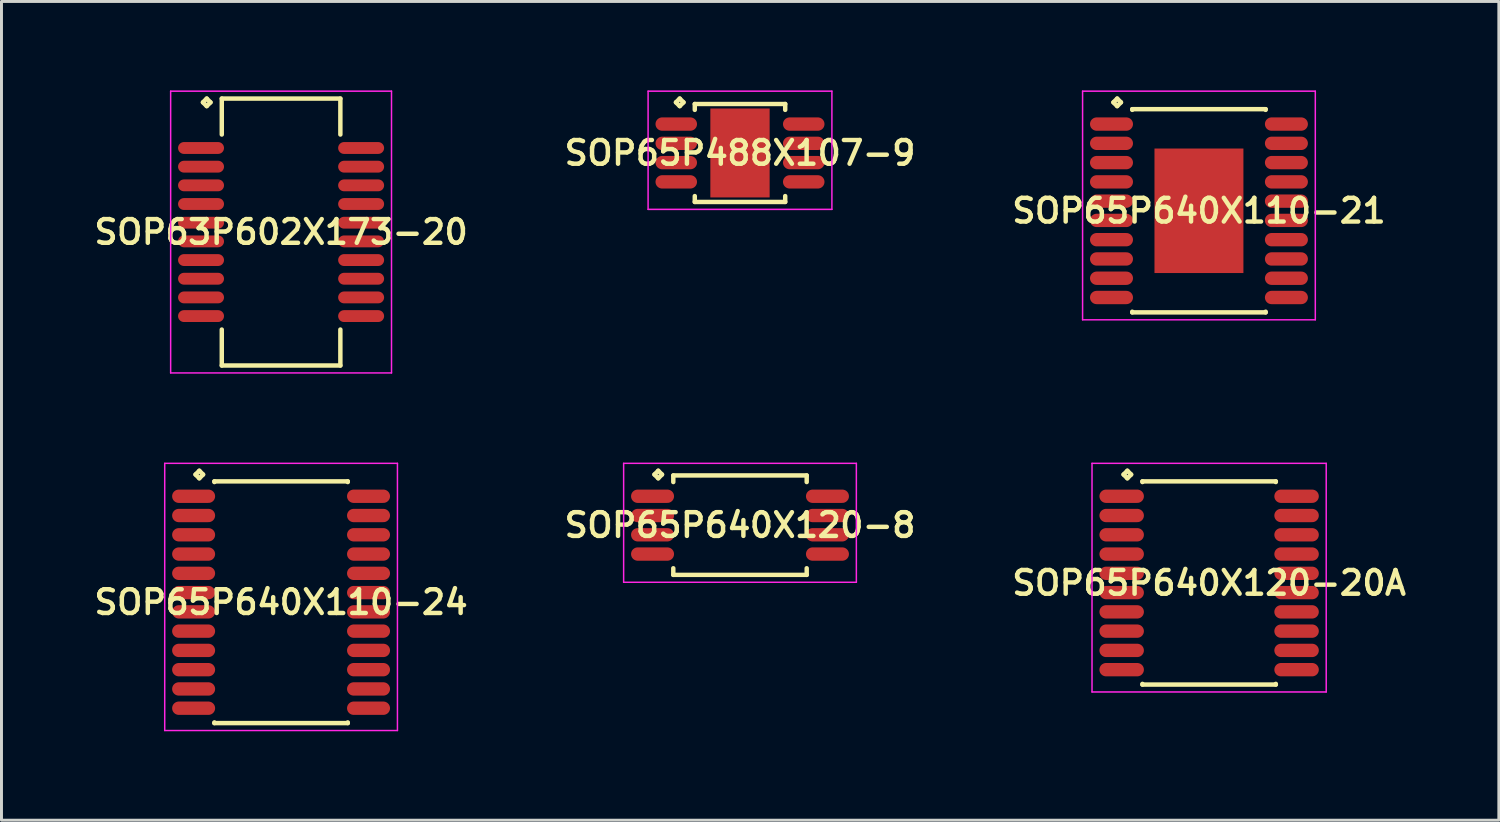
<source format=kicad_pcb>
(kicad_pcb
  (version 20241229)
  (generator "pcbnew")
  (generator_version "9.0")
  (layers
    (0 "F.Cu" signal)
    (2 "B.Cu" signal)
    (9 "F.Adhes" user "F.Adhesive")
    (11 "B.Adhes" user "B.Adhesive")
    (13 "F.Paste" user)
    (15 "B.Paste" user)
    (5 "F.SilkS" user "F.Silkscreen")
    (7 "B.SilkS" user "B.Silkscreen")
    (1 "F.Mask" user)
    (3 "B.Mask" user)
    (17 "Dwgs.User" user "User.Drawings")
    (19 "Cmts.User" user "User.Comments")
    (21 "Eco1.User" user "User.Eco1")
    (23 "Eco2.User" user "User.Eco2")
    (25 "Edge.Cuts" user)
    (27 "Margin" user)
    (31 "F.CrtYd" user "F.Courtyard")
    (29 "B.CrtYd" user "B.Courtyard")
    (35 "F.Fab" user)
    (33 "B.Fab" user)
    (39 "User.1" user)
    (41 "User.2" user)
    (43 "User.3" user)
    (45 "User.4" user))
  (footprint "SOP63P602X173-20"
    (layer "F.Cu")
    (at 6.431 4.777)
    (property "Reference" "SOP63P602X173-20" (at 0 0 0) (layer "F.SilkS") (effects (font (size 0.8 0.8) (thickness 0.15))))
    (attr smd)
    (fp_line (start -2.635 -4.375) (end -2.508 -4.502) (stroke (width 0.15) (type solid)) (layer "F.SilkS"))
    (fp_line (start -2.508 -4.502) (end -2.381 -4.375) (stroke (width 0.15) (type solid)) (layer "F.SilkS"))
    (fp_line (start -2.508 -4.248) (end -2.635 -4.375) (stroke (width 0.15) (type solid)) (layer "F.SilkS"))
    (fp_line (start -2.381 -4.375) (end -2.508 -4.248) (stroke (width 0.15) (type solid)) (layer "F.SilkS"))
    (fp_line (start -2 -4.502) (end 2 -4.502) (stroke (width 0.15) (type solid)) (layer "F.SilkS"))
    (fp_line (start -2 -3.289) (end -2 -4.502) (stroke (width 0.15) (type solid)) (layer "F.SilkS"))
    (fp_line (start -2 3.289) (end -2 4.502) (stroke (width 0.15) (type solid)) (layer "F.SilkS"))
    (fp_line (start -2 4.502) (end 2 4.502) (stroke (width 0.15) (type solid)) (layer "F.SilkS"))
    (fp_line (start 2 -4.502) (end 2 -3.289) (stroke (width 0.15) (type solid)) (layer "F.SilkS"))
    (fp_line (start 2 4.502) (end 2 3.289) (stroke (width 0.15) (type solid)) (layer "F.SilkS"))
    (fp_line (start -3.725 -4.752) (end 3.725 -4.752) (stroke (width 0.05) (type solid)) (layer "F.CrtYd"))
    (fp_line (start -3.725 4.752) (end -3.725 -4.752) (stroke (width 0.05) (type solid)) (layer "F.CrtYd"))
    (fp_line (start 3.725 -4.752) (end 3.725 4.752) (stroke (width 0.05) (type solid)) (layer "F.CrtYd"))
    (fp_line (start 3.725 4.752) (end -3.725 4.752) (stroke (width 0.05) (type solid)) (layer "F.CrtYd"))
    (pad "1" smd oval (at -2.7 -2.835) (size 1.55 0.4) (layers "F.Cu" "F.Mask" "F.Paste"))
    (pad "2" smd oval (at -2.7 -2.205) (size 1.55 0.4) (layers "F.Cu" "F.Mask" "F.Paste"))
    (pad "3" smd oval (at -2.7 -1.575) (size 1.55 0.4) (layers "F.Cu" "F.Mask" "F.Paste"))
    (pad "4" smd oval (at -2.7 -0.945) (size 1.55 0.4) (layers "F.Cu" "F.Mask" "F.Paste"))
    (pad "5" smd oval (at -2.7 -0.315) (size 1.55 0.4) (layers "F.Cu" "F.Mask" "F.Paste"))
    (pad "6" smd oval (at -2.7 0.315) (size 1.55 0.4) (layers "F.Cu" "F.Mask" "F.Paste"))
    (pad "7" smd oval (at -2.7 0.945) (size 1.55 0.4) (layers "F.Cu" "F.Mask" "F.Paste"))
    (pad "8" smd oval (at -2.7 1.575) (size 1.55 0.4) (layers "F.Cu" "F.Mask" "F.Paste"))
    (pad "9" smd oval (at -2.7 2.205) (size 1.55 0.4) (layers "F.Cu" "F.Mask" "F.Paste"))
    (pad "10" smd oval (at -2.7 2.835) (size 1.55 0.4) (layers "F.Cu" "F.Mask" "F.Paste"))
    (pad "11" smd oval (at 2.7 2.835) (size 1.55 0.4) (layers "F.Cu" "F.Mask" "F.Paste"))
    (pad "12" smd oval (at 2.7 2.205) (size 1.55 0.4) (layers "F.Cu" "F.Mask" "F.Paste"))
    (pad "13" smd oval (at 2.7 1.575) (size 1.55 0.4) (layers "F.Cu" "F.Mask" "F.Paste"))
    (pad "14" smd oval (at 2.7 0.945) (size 1.55 0.4) (layers "F.Cu" "F.Mask" "F.Paste"))
    (pad "15" smd oval (at 2.7 0.315) (size 1.55 0.4) (layers "F.Cu" "F.Mask" "F.Paste"))
    (pad "16" smd oval (at 2.7 -0.315) (size 1.55 0.4) (layers "F.Cu" "F.Mask" "F.Paste"))
    (pad "17" smd oval (at 2.7 -0.945) (size 1.55 0.4) (layers "F.Cu" "F.Mask" "F.Paste"))
    (pad "18" smd oval (at 2.7 -1.575) (size 1.55 0.4) (layers "F.Cu" "F.Mask" "F.Paste"))
    (pad "19" smd oval (at 2.7 -2.205) (size 1.55 0.4) (layers "F.Cu" "F.Mask" "F.Paste"))
    (pad "20" smd oval (at 2.7 -2.835) (size 1.55 0.4) (layers "F.Cu" "F.Mask" "F.Paste")))
  (footprint "SOP65P640X110-24"
    (layer "F.Cu")
    (at 6.431 17.264)
    (property "Reference" "SOP65P640X110-24" (at 0 0 0) (layer "F.SilkS") (effects (font (size 0.8 0.8) (thickness 0.15))))
    (attr smd)
    (fp_line (start -2.885 -4.308) (end -2.758 -4.435) (stroke (width 0.15) (type solid)) (layer "F.SilkS"))
    (fp_line (start -2.758 -4.435) (end -2.631 -4.308) (stroke (width 0.15) (type solid)) (layer "F.SilkS"))
    (fp_line (start -2.758 -4.181) (end -2.885 -4.308) (stroke (width 0.15) (type solid)) (layer "F.SilkS"))
    (fp_line (start -2.631 -4.308) (end -2.758 -4.181) (stroke (width 0.15) (type solid)) (layer "F.SilkS"))
    (fp_line (start -2.25 -4.077) (end 2.25 -4.077) (stroke (width 0.15) (type solid)) (layer "F.SilkS"))
    (fp_line (start -2.25 -4.054) (end -2.25 -4.077) (stroke (width 0.15) (type solid)) (layer "F.SilkS"))
    (fp_line (start -2.25 4.054) (end -2.25 4.077) (stroke (width 0.15) (type solid)) (layer "F.SilkS"))
    (fp_line (start -2.25 4.077) (end 2.25 4.077) (stroke (width 0.15) (type solid)) (layer "F.SilkS"))
    (fp_line (start 2.25 -4.077) (end 2.25 -4.054) (stroke (width 0.15) (type solid)) (layer "F.SilkS"))
    (fp_line (start 2.25 4.077) (end 2.25 4.054) (stroke (width 0.15) (type solid)) (layer "F.SilkS"))
    (fp_line (start -3.925 -4.685) (end 3.925 -4.685) (stroke (width 0.05) (type solid)) (layer "F.CrtYd"))
    (fp_line (start -3.925 4.327) (end -3.925 -4.685) (stroke (width 0.05) (type solid)) (layer "F.CrtYd"))
    (fp_line (start 3.925 -4.685) (end 3.925 4.327) (stroke (width 0.05) (type solid)) (layer "F.CrtYd"))
    (fp_line (start 3.925 4.327) (end -3.925 4.327) (stroke (width 0.05) (type solid)) (layer "F.CrtYd"))
    (pad "1" smd oval (at -2.95 -3.575) (size 1.45 0.45) (layers "F.Cu" "F.Mask" "F.Paste"))
    (pad "2" smd oval (at -2.95 -2.925) (size 1.45 0.45) (layers "F.Cu" "F.Mask" "F.Paste"))
    (pad "3" smd oval (at -2.95 -2.275) (size 1.45 0.45) (layers "F.Cu" "F.Mask" "F.Paste"))
    (pad "4" smd oval (at -2.95 -1.625) (size 1.45 0.45) (layers "F.Cu" "F.Mask" "F.Paste"))
    (pad "5" smd oval (at -2.95 -0.975) (size 1.45 0.45) (layers "F.Cu" "F.Mask" "F.Paste"))
    (pad "6" smd oval (at -2.95 -0.325) (size 1.45 0.45) (layers "F.Cu" "F.Mask" "F.Paste"))
    (pad "7" smd oval (at -2.95 0.325) (size 1.45 0.45) (layers "F.Cu" "F.Mask" "F.Paste"))
    (pad "8" smd oval (at -2.95 0.975) (size 1.45 0.45) (layers "F.Cu" "F.Mask" "F.Paste"))
    (pad "9" smd oval (at -2.95 1.625) (size 1.45 0.45) (layers "F.Cu" "F.Mask" "F.Paste"))
    (pad "10" smd oval (at -2.95 2.275) (size 1.45 0.45) (layers "F.Cu" "F.Mask" "F.Paste"))
    (pad "11" smd oval (at -2.95 2.925) (size 1.45 0.45) (layers "F.Cu" "F.Mask" "F.Paste"))
    (pad "12" smd oval (at -2.95 3.575) (size 1.45 0.45) (layers "F.Cu" "F.Mask" "F.Paste"))
    (pad "13" smd oval (at 2.95 3.575) (size 1.45 0.45) (layers "F.Cu" "F.Mask" "F.Paste"))
    (pad "14" smd oval (at 2.95 2.925) (size 1.45 0.45) (layers "F.Cu" "F.Mask" "F.Paste"))
    (pad "15" smd oval (at 2.95 2.275) (size 1.45 0.45) (layers "F.Cu" "F.Mask" "F.Paste"))
    (pad "16" smd oval (at 2.95 1.625) (size 1.45 0.45) (layers "F.Cu" "F.Mask" "F.Paste"))
    (pad "17" smd oval (at 2.95 0.975) (size 1.45 0.45) (layers "F.Cu" "F.Mask" "F.Paste"))
    (pad "18" smd oval (at 2.95 0.325) (size 1.45 0.45) (layers "F.Cu" "F.Mask" "F.Paste"))
    (pad "19" smd oval (at 2.95 -0.325) (size 1.45 0.45) (layers "F.Cu" "F.Mask" "F.Paste"))
    (pad "20" smd oval (at 2.95 -0.975) (size 1.45 0.45) (layers "F.Cu" "F.Mask" "F.Paste"))
    (pad "21" smd oval (at 2.95 -1.625) (size 1.45 0.45) (layers "F.Cu" "F.Mask" "F.Paste"))
    (pad "22" smd oval (at 2.95 -2.275) (size 1.45 0.45) (layers "F.Cu" "F.Mask" "F.Paste"))
    (pad "23" smd oval (at 2.95 -2.925) (size 1.45 0.45) (layers "F.Cu" "F.Mask" "F.Paste"))
    (pad "24" smd oval (at 2.95 -3.575) (size 1.45 0.45) (layers "F.Cu" "F.Mask" "F.Paste")))
  (footprint "SOP65P640X120-20A"
    (layer "F.Cu")
    (at 37.735 16.614)
    (property "Reference" "SOP65P640X120-20A" (at 0 0 0) (layer "F.SilkS") (effects (font (size 0.8 0.8) (thickness 0.15))))
    (attr smd)
    (fp_line (start -2.885 -3.658) (end -2.758 -3.785) (stroke (width 0.15) (type solid)) (layer "F.SilkS"))
    (fp_line (start -2.758 -3.785) (end -2.631 -3.658) (stroke (width 0.15) (type solid)) (layer "F.SilkS"))
    (fp_line (start -2.758 -3.531) (end -2.885 -3.658) (stroke (width 0.15) (type solid)) (layer "F.SilkS"))
    (fp_line (start -2.631 -3.658) (end -2.758 -3.531) (stroke (width 0.15) (type solid)) (layer "F.SilkS"))
    (fp_line (start -2.25 -3.427) (end 2.25 -3.427) (stroke (width 0.15) (type solid)) (layer "F.SilkS"))
    (fp_line (start -2.25 -3.404) (end -2.25 -3.427) (stroke (width 0.15) (type solid)) (layer "F.SilkS"))
    (fp_line (start -2.25 3.404) (end -2.25 3.427) (stroke (width 0.15) (type solid)) (layer "F.SilkS"))
    (fp_line (start -2.25 3.427) (end 2.25 3.427) (stroke (width 0.15) (type solid)) (layer "F.SilkS"))
    (fp_line (start 2.25 -3.427) (end 2.25 -3.404) (stroke (width 0.15) (type solid)) (layer "F.SilkS"))
    (fp_line (start 2.25 3.427) (end 2.25 3.404) (stroke (width 0.15) (type solid)) (layer "F.SilkS"))
    (fp_line (start -3.95 -4.035) (end 3.95 -4.035) (stroke (width 0.05) (type solid)) (layer "F.CrtYd"))
    (fp_line (start -3.95 3.677) (end -3.95 -4.035) (stroke (width 0.05) (type solid)) (layer "F.CrtYd"))
    (fp_line (start 3.95 -4.035) (end 3.95 3.677) (stroke (width 0.05) (type solid)) (layer "F.CrtYd"))
    (fp_line (start 3.95 3.677) (end -3.95 3.677) (stroke (width 0.05) (type solid)) (layer "F.CrtYd"))
    (pad "1" smd oval (at -2.95 -2.925) (size 1.5 0.45) (layers "F.Cu" "F.Mask" "F.Paste"))
    (pad "2" smd oval (at -2.95 -2.275) (size 1.5 0.45) (layers "F.Cu" "F.Mask" "F.Paste"))
    (pad "3" smd oval (at -2.95 -1.625) (size 1.5 0.45) (layers "F.Cu" "F.Mask" "F.Paste"))
    (pad "4" smd oval (at -2.95 -0.975) (size 1.5 0.45) (layers "F.Cu" "F.Mask" "F.Paste"))
    (pad "5" smd oval (at -2.95 -0.325) (size 1.5 0.45) (layers "F.Cu" "F.Mask" "F.Paste"))
    (pad "6" smd oval (at -2.95 0.325) (size 1.5 0.45) (layers "F.Cu" "F.Mask" "F.Paste"))
    (pad "7" smd oval (at -2.95 0.975) (size 1.5 0.45) (layers "F.Cu" "F.Mask" "F.Paste"))
    (pad "8" smd oval (at -2.95 1.625) (size 1.5 0.45) (layers "F.Cu" "F.Mask" "F.Paste"))
    (pad "9" smd oval (at -2.95 2.275) (size 1.5 0.45) (layers "F.Cu" "F.Mask" "F.Paste"))
    (pad "10" smd oval (at -2.95 2.925) (size 1.5 0.45) (layers "F.Cu" "F.Mask" "F.Paste"))
    (pad "11" smd oval (at 2.95 2.925) (size 1.5 0.45) (layers "F.Cu" "F.Mask" "F.Paste"))
    (pad "12" smd oval (at 2.95 2.275) (size 1.5 0.45) (layers "F.Cu" "F.Mask" "F.Paste"))
    (pad "13" smd oval (at 2.95 1.625) (size 1.5 0.45) (layers "F.Cu" "F.Mask" "F.Paste"))
    (pad "14" smd oval (at 2.95 0.975) (size 1.5 0.45) (layers "F.Cu" "F.Mask" "F.Paste"))
    (pad "15" smd oval (at 2.95 0.325) (size 1.5 0.45) (layers "F.Cu" "F.Mask" "F.Paste"))
    (pad "16" smd oval (at 2.95 -0.325) (size 1.5 0.45) (layers "F.Cu" "F.Mask" "F.Paste"))
    (pad "17" smd oval (at 2.95 -0.975) (size 1.5 0.45) (layers "F.Cu" "F.Mask" "F.Paste"))
    (pad "18" smd oval (at 2.95 -1.625) (size 1.5 0.45) (layers "F.Cu" "F.Mask" "F.Paste"))
    (pad "19" smd oval (at 2.95 -2.275) (size 1.5 0.45) (layers "F.Cu" "F.Mask" "F.Paste"))
    (pad "20" smd oval (at 2.95 -2.925) (size 1.5 0.45) (layers "F.Cu" "F.Mask" "F.Paste")))
  (footprint "SOP65P640X110-21"
    (layer "F.Cu")
    (at 37.392 4.06)
    (property "Reference" "SOP65P640X110-21" (at 0 0 0) (layer "F.SilkS") (effects (font (size 0.8 0.8) (thickness 0.15))))
    (attr smd)
    (fp_line (start -2.885 -3.658) (end -2.758 -3.785) (stroke (width 0.15) (type solid)) (layer "F.SilkS"))
    (fp_line (start -2.758 -3.785) (end -2.631 -3.658) (stroke (width 0.15) (type solid)) (layer "F.SilkS"))
    (fp_line (start -2.758 -3.531) (end -2.885 -3.658) (stroke (width 0.15) (type solid)) (layer "F.SilkS"))
    (fp_line (start -2.631 -3.658) (end -2.758 -3.531) (stroke (width 0.15) (type solid)) (layer "F.SilkS"))
    (fp_line (start -2.25 -3.427) (end 2.25 -3.427) (stroke (width 0.15) (type solid)) (layer "F.SilkS"))
    (fp_line (start -2.25 -3.404) (end -2.25 -3.427) (stroke (width 0.15) (type solid)) (layer "F.SilkS"))
    (fp_line (start -2.25 3.404) (end -2.25 3.427) (stroke (width 0.15) (type solid)) (layer "F.SilkS"))
    (fp_line (start -2.25 3.427) (end 2.25 3.427) (stroke (width 0.15) (type solid)) (layer "F.SilkS"))
    (fp_line (start 2.25 -3.427) (end 2.25 -3.404) (stroke (width 0.15) (type solid)) (layer "F.SilkS"))
    (fp_line (start 2.25 3.427) (end 2.25 3.404) (stroke (width 0.15) (type solid)) (layer "F.SilkS"))
    (fp_line (start -3.925 -4.035) (end 3.925 -4.035) (stroke (width 0.05) (type solid)) (layer "F.CrtYd"))
    (fp_line (start -3.925 3.677) (end -3.925 -4.035) (stroke (width 0.05) (type solid)) (layer "F.CrtYd"))
    (fp_line (start 3.925 -4.035) (end 3.925 3.677) (stroke (width 0.05) (type solid)) (layer "F.CrtYd"))
    (fp_line (start 3.925 3.677) (end -3.925 3.677) (stroke (width 0.05) (type solid)) (layer "F.CrtYd"))
    (pad "1" smd oval (at -2.95 -2.925) (size 1.45 0.45) (layers "F.Cu" "F.Mask" "F.Paste"))
    (pad "2" smd oval (at -2.95 -2.275) (size 1.45 0.45) (layers "F.Cu" "F.Mask" "F.Paste"))
    (pad "3" smd oval (at -2.95 -1.625) (size 1.45 0.45) (layers "F.Cu" "F.Mask" "F.Paste"))
    (pad "4" smd oval (at -2.95 -0.975) (size 1.45 0.45) (layers "F.Cu" "F.Mask" "F.Paste"))
    (pad "5" smd oval (at -2.95 -0.325) (size 1.45 0.45) (layers "F.Cu" "F.Mask" "F.Paste"))
    (pad "6" smd oval (at -2.95 0.325) (size 1.45 0.45) (layers "F.Cu" "F.Mask" "F.Paste"))
    (pad "7" smd oval (at -2.95 0.975) (size 1.45 0.45) (layers "F.Cu" "F.Mask" "F.Paste"))
    (pad "8" smd oval (at -2.95 1.625) (size 1.45 0.45) (layers "F.Cu" "F.Mask" "F.Paste"))
    (pad "9" smd oval (at -2.95 2.275) (size 1.45 0.45) (layers "F.Cu" "F.Mask" "F.Paste"))
    (pad "10" smd oval (at -2.95 2.925) (size 1.45 0.45) (layers "F.Cu" "F.Mask" "F.Paste"))
    (pad "11" smd oval (at 2.95 2.925) (size 1.45 0.45) (layers "F.Cu" "F.Mask" "F.Paste"))
    (pad "12" smd oval (at 2.95 2.275) (size 1.45 0.45) (layers "F.Cu" "F.Mask" "F.Paste"))
    (pad "13" smd oval (at 2.95 1.625) (size 1.45 0.45) (layers "F.Cu" "F.Mask" "F.Paste"))
    (pad "14" smd oval (at 2.95 0.975) (size 1.45 0.45) (layers "F.Cu" "F.Mask" "F.Paste"))
    (pad "15" smd oval (at 2.95 0.325) (size 1.45 0.45) (layers "F.Cu" "F.Mask" "F.Paste"))
    (pad "16" smd oval (at 2.95 -0.325) (size 1.45 0.45) (layers "F.Cu" "F.Mask" "F.Paste"))
    (pad "17" smd oval (at 2.95 -0.975) (size 1.45 0.45) (layers "F.Cu" "F.Mask" "F.Paste"))
    (pad "18" smd oval (at 2.95 -1.625) (size 1.45 0.45) (layers "F.Cu" "F.Mask" "F.Paste"))
    (pad "19" smd oval (at 2.95 -2.275) (size 1.45 0.45) (layers "F.Cu" "F.Mask" "F.Paste"))
    (pad "20" smd oval (at 2.95 -2.925) (size 1.45 0.45) (layers "F.Cu" "F.Mask" "F.Paste"))
    (pad "21" smd rect (at 0 0) (size 3 4.2) (layers "F.Cu" "F.Mask" "F.Paste")))
  (footprint "SOP65P640X120-8"
    (layer "F.Cu")
    (at 21.911 14.664)
    (property "Reference" "SOP65P640X120-8" (at 0 0 0) (layer "F.SilkS") (effects (font (size 0.8 0.8) (thickness 0.15))))
    (attr smd)
    (fp_line (start -2.885 -1.708) (end -2.758 -1.835) (stroke (width 0.15) (type solid)) (layer "F.SilkS"))
    (fp_line (start -2.758 -1.835) (end -2.631 -1.708) (stroke (width 0.15) (type solid)) (layer "F.SilkS"))
    (fp_line (start -2.758 -1.581) (end -2.885 -1.708) (stroke (width 0.15) (type solid)) (layer "F.SilkS"))
    (fp_line (start -2.631 -1.708) (end -2.758 -1.581) (stroke (width 0.15) (type solid)) (layer "F.SilkS"))
    (fp_line (start -2.25 -1.677) (end 2.25 -1.677) (stroke (width 0.15) (type solid)) (layer "F.SilkS"))
    (fp_line (start -2.25 -1.454) (end -2.25 -1.677) (stroke (width 0.15) (type solid)) (layer "F.SilkS"))
    (fp_line (start -2.25 1.454) (end -2.25 1.677) (stroke (width 0.15) (type solid)) (layer "F.SilkS"))
    (fp_line (start -2.25 1.677) (end 2.25 1.677) (stroke (width 0.15) (type solid)) (layer "F.SilkS"))
    (fp_line (start 2.25 -1.677) (end 2.25 -1.454) (stroke (width 0.15) (type solid)) (layer "F.SilkS"))
    (fp_line (start 2.25 1.677) (end 2.25 1.454) (stroke (width 0.15) (type solid)) (layer "F.SilkS"))
    (fp_line (start -3.925 -2.085) (end 3.925 -2.085) (stroke (width 0.05) (type solid)) (layer "F.CrtYd"))
    (fp_line (start -3.925 1.927) (end -3.925 -2.085) (stroke (width 0.05) (type solid)) (layer "F.CrtYd"))
    (fp_line (start 3.925 -2.085) (end 3.925 1.927) (stroke (width 0.05) (type solid)) (layer "F.CrtYd"))
    (fp_line (start 3.925 1.927) (end -3.925 1.927) (stroke (width 0.05) (type solid)) (layer "F.CrtYd"))
    (pad "1" smd oval (at -2.95 -0.975) (size 1.45 0.45) (layers "F.Cu" "F.Mask" "F.Paste"))
    (pad "2" smd oval (at -2.95 -0.325) (size 1.45 0.45) (layers "F.Cu" "F.Mask" "F.Paste"))
    (pad "3" smd oval (at -2.95 0.325) (size 1.45 0.45) (layers "F.Cu" "F.Mask" "F.Paste"))
    (pad "4" smd oval (at -2.95 0.975) (size 1.45 0.45) (layers "F.Cu" "F.Mask" "F.Paste"))
    (pad "5" smd oval (at 2.95 0.975) (size 1.45 0.45) (layers "F.Cu" "F.Mask" "F.Paste"))
    (pad "6" smd oval (at 2.95 0.325) (size 1.45 0.45) (layers "F.Cu" "F.Mask" "F.Paste"))
    (pad "7" smd oval (at 2.95 -0.325) (size 1.45 0.45) (layers "F.Cu" "F.Mask" "F.Paste"))
    (pad "8" smd oval (at 2.95 -0.975) (size 1.45 0.45) (layers "F.Cu" "F.Mask" "F.Paste")))
  (footprint "SOP65P488X107-9"
    (layer "F.Cu")
    (at 21.911 2.11)
    (property "Reference" "SOP65P488X107-9" (at 0 0 0) (layer "F.SilkS") (effects (font (size 0.8 0.8) (thickness 0.15))))
    (attr smd)
    (fp_line (start -2.16 -1.708) (end -2.033 -1.835) (stroke (width 0.15) (type solid)) (layer "F.SilkS"))
    (fp_line (start -2.033 -1.835) (end -1.906 -1.708) (stroke (width 0.15) (type solid)) (layer "F.SilkS"))
    (fp_line (start -2.033 -1.581) (end -2.16 -1.708) (stroke (width 0.15) (type solid)) (layer "F.SilkS"))
    (fp_line (start -1.906 -1.708) (end -2.033 -1.581) (stroke (width 0.15) (type solid)) (layer "F.SilkS"))
    (fp_line (start -1.525 -1.652) (end 1.525 -1.652) (stroke (width 0.15) (type solid)) (layer "F.SilkS"))
    (fp_line (start -1.525 -1.454) (end -1.525 -1.652) (stroke (width 0.15) (type solid)) (layer "F.SilkS"))
    (fp_line (start -1.525 1.454) (end -1.525 1.652) (stroke (width 0.15) (type solid)) (layer "F.SilkS"))
    (fp_line (start -1.525 1.652) (end 1.525 1.652) (stroke (width 0.15) (type solid)) (layer "F.SilkS"))
    (fp_line (start 1.525 -1.652) (end 1.525 -1.454) (stroke (width 0.15) (type solid)) (layer "F.SilkS"))
    (fp_line (start 1.525 1.652) (end 1.525 1.454) (stroke (width 0.15) (type solid)) (layer "F.SilkS"))
    (fp_line (start -3.1 -2.085) (end 3.1 -2.085) (stroke (width 0.05) (type solid)) (layer "F.CrtYd"))
    (fp_line (start -3.1 1.902) (end -3.1 -2.085) (stroke (width 0.05) (type solid)) (layer "F.CrtYd"))
    (fp_line (start 3.1 -2.085) (end 3.1 1.902) (stroke (width 0.05) (type solid)) (layer "F.CrtYd"))
    (fp_line (start 3.1 1.902) (end -3.1 1.902) (stroke (width 0.05) (type solid)) (layer "F.CrtYd"))
    (pad "1" smd oval (at -2.15 -0.975) (size 1.4 0.45) (layers "F.Cu" "F.Mask" "F.Paste"))
    (pad "2" smd oval (at -2.15 -0.325) (size 1.4 0.45) (layers "F.Cu" "F.Mask" "F.Paste"))
    (pad "3" smd oval (at -2.15 0.325) (size 1.4 0.45) (layers "F.Cu" "F.Mask" "F.Paste"))
    (pad "4" smd oval (at -2.15 0.975) (size 1.4 0.45) (layers "F.Cu" "F.Mask" "F.Paste"))
    (pad "5" smd oval (at 2.15 0.975) (size 1.4 0.45) (layers "F.Cu" "F.Mask" "F.Paste"))
    (pad "6" smd oval (at 2.15 0.325) (size 1.4 0.45) (layers "F.Cu" "F.Mask" "F.Paste"))
    (pad "7" smd oval (at 2.15 -0.325) (size 1.4 0.45) (layers "F.Cu" "F.Mask" "F.Paste"))
    (pad "8" smd oval (at 2.15 -0.975) (size 1.4 0.45) (layers "F.Cu" "F.Mask" "F.Paste"))
    (pad "9" smd rect (at 0 0) (size 2 3) (layers "F.Cu" "F.Mask" "F.Paste")))
  (gr_rect
    (start -3 -3)
    (end 47.508 24.616)
    (stroke (width 0.1) (type default))
    (fill no)
    (layer "Edge.Cuts")))
</source>
